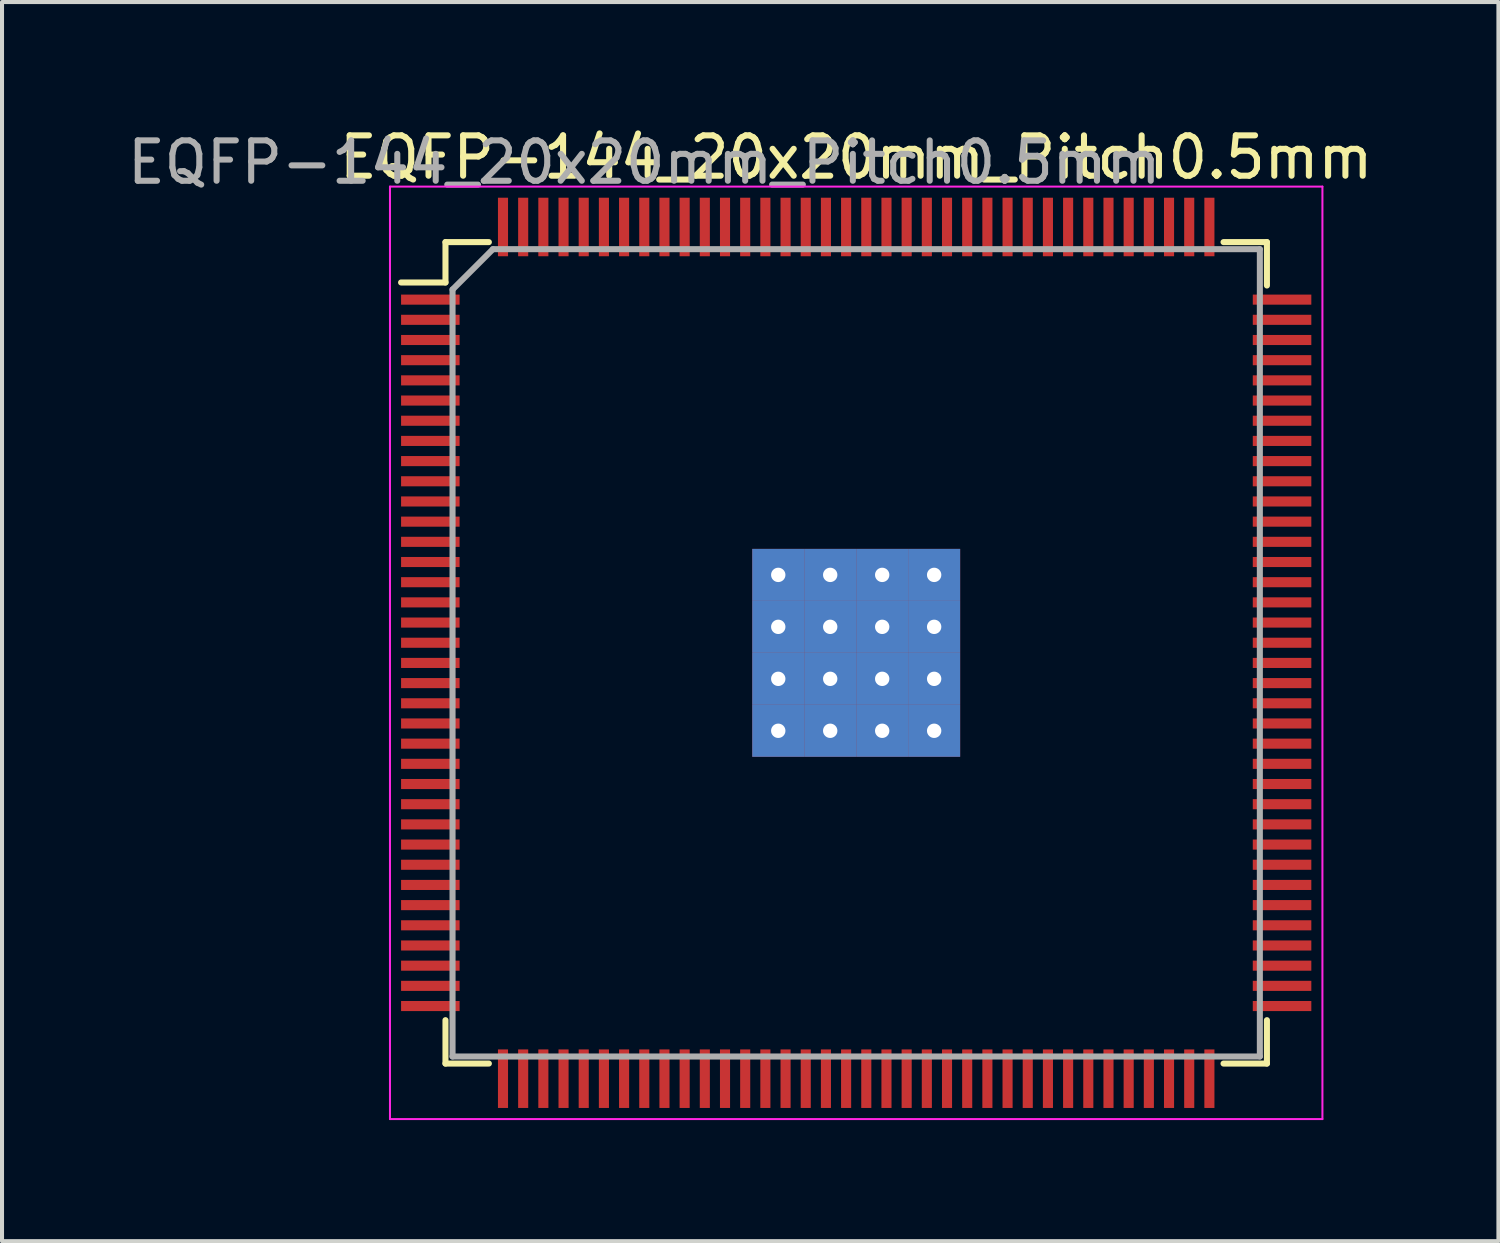
<source format=kicad_pcb>
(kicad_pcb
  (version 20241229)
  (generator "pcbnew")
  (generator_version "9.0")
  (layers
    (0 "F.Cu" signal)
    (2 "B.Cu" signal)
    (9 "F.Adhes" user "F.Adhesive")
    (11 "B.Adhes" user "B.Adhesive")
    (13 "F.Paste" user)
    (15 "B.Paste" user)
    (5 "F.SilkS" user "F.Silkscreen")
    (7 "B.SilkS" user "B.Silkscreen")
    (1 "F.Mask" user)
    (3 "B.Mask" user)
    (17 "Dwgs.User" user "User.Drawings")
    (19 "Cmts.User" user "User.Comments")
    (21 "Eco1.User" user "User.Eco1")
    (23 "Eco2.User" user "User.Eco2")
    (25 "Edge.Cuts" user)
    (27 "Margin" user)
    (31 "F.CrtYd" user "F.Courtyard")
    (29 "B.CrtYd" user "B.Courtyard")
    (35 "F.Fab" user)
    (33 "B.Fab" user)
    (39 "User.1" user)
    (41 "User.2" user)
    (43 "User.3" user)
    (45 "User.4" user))
  (footprint "EQFP-144_20x20mm_Pitch0.5mm"
    (layer "F.Cu")
    (at 18.161 13.123)
    (property "Reference" "EQFP-144_20x20mm_Pitch0.5mm" (at 0 -12.275 0) (layer "F.SilkS") (effects (font (size 1 1) (thickness 0.15))))
    (attr smd)
    (fp_line (start -10.175 -10.175) (end -10.175 -9.175) (stroke (width 0.15) (type solid)) (layer "F.SilkS"))
    (fp_line (start -10.175 -10.175) (end -9.1 -10.175) (stroke (width 0.15) (type solid)) (layer "F.SilkS"))
    (fp_line (start -10.175 -9.175) (end -11.275 -9.175) (stroke (width 0.15) (type solid)) (layer "F.SilkS"))
    (fp_line (start -10.175 10.175) (end -10.175 9.1) (stroke (width 0.15) (type solid)) (layer "F.SilkS"))
    (fp_line (start -10.175 10.175) (end -9.1 10.175) (stroke (width 0.15) (type solid)) (layer "F.SilkS"))
    (fp_line (start 10.175 -10.175) (end 9.1 -10.175) (stroke (width 0.15) (type solid)) (layer "F.SilkS"))
    (fp_line (start 10.175 -10.175) (end 10.175 -9.1) (stroke (width 0.15) (type solid)) (layer "F.SilkS"))
    (fp_line (start 10.175 10.175) (end 9.1 10.175) (stroke (width 0.15) (type solid)) (layer "F.SilkS"))
    (fp_line (start 10.175 10.175) (end 10.175 9.1) (stroke (width 0.15) (type solid)) (layer "F.SilkS"))
    (fp_line (start -11.55 -11.55) (end -11.55 11.55) (stroke (width 0.05) (type solid)) (layer "F.CrtYd"))
    (fp_line (start -11.55 -11.55) (end 11.55 -11.55) (stroke (width 0.05) (type solid)) (layer "F.CrtYd"))
    (fp_line (start -11.55 11.55) (end 11.55 11.55) (stroke (width 0.05) (type solid)) (layer "F.CrtYd"))
    (fp_line (start 11.55 -11.55) (end 11.55 11.55) (stroke (width 0.05) (type solid)) (layer "F.CrtYd"))
    (fp_line (start -10 -9) (end -9 -10) (stroke (width 0.15) (type solid)) (layer "F.Fab"))
    (fp_line (start -10 10) (end -10 -9) (stroke (width 0.15) (type solid)) (layer "F.Fab"))
    (fp_line (start -9 -10) (end 10 -10) (stroke (width 0.15) (type solid)) (layer "F.Fab"))
    (fp_line (start 10 -10) (end 10 10) (stroke (width 0.15) (type solid)) (layer "F.Fab"))
    (fp_line (start 10 10) (end -10 10) (stroke (width 0.15) (type solid)) (layer "F.Fab"))
    (fp_text user "${REFERENCE}" (at -5.25 -12.15 0) (layer "F.Fab") (effects (font (size 1 1) (thickness 0.15))))
    (pad "1" smd rect (at -10.55 -8.75) (size 1.45 0.25) (layers "F.Cu" "F.Mask" "F.Paste"))
    (pad "2" smd rect (at -10.55 -8.25) (size 1.45 0.25) (layers "F.Cu" "F.Mask" "F.Paste"))
    (pad "3" smd rect (at -10.55 -7.75) (size 1.45 0.25) (layers "F.Cu" "F.Mask" "F.Paste"))
    (pad "4" smd rect (at -10.55 -7.25) (size 1.45 0.25) (layers "F.Cu" "F.Mask" "F.Paste"))
    (pad "5" smd rect (at -10.55 -6.75) (size 1.45 0.25) (layers "F.Cu" "F.Mask" "F.Paste"))
    (pad "6" smd rect (at -10.55 -6.25) (size 1.45 0.25) (layers "F.Cu" "F.Mask" "F.Paste"))
    (pad "7" smd rect (at -10.55 -5.75) (size 1.45 0.25) (layers "F.Cu" "F.Mask" "F.Paste"))
    (pad "8" smd rect (at -10.55 -5.25) (size 1.45 0.25) (layers "F.Cu" "F.Mask" "F.Paste"))
    (pad "9" smd rect (at -10.55 -4.75) (size 1.45 0.25) (layers "F.Cu" "F.Mask" "F.Paste"))
    (pad "10" smd rect (at -10.55 -4.25) (size 1.45 0.25) (layers "F.Cu" "F.Mask" "F.Paste"))
    (pad "11" smd rect (at -10.55 -3.75) (size 1.45 0.25) (layers "F.Cu" "F.Mask" "F.Paste"))
    (pad "12" smd rect (at -10.55 -3.25) (size 1.45 0.25) (layers "F.Cu" "F.Mask" "F.Paste"))
    (pad "13" smd rect (at -10.55 -2.75) (size 1.45 0.25) (layers "F.Cu" "F.Mask" "F.Paste"))
    (pad "14" smd rect (at -10.55 -2.25) (size 1.45 0.25) (layers "F.Cu" "F.Mask" "F.Paste"))
    (pad "15" smd rect (at -10.55 -1.75) (size 1.45 0.25) (layers "F.Cu" "F.Mask" "F.Paste"))
    (pad "16" smd rect (at -10.55 -1.25) (size 1.45 0.25) (layers "F.Cu" "F.Mask" "F.Paste"))
    (pad "17" smd rect (at -10.55 -0.75) (size 1.45 0.25) (layers "F.Cu" "F.Mask" "F.Paste"))
    (pad "18" smd rect (at -10.55 -0.25) (size 1.45 0.25) (layers "F.Cu" "F.Mask" "F.Paste"))
    (pad "19" smd rect (at -10.55 0.25) (size 1.45 0.25) (layers "F.Cu" "F.Mask" "F.Paste"))
    (pad "20" smd rect (at -10.55 0.75) (size 1.45 0.25) (layers "F.Cu" "F.Mask" "F.Paste"))
    (pad "21" smd rect (at -10.55 1.25) (size 1.45 0.25) (layers "F.Cu" "F.Mask" "F.Paste"))
    (pad "22" smd rect (at -10.55 1.75) (size 1.45 0.25) (layers "F.Cu" "F.Mask" "F.Paste"))
    (pad "23" smd rect (at -10.55 2.25) (size 1.45 0.25) (layers "F.Cu" "F.Mask" "F.Paste"))
    (pad "24" smd rect (at -10.55 2.75) (size 1.45 0.25) (layers "F.Cu" "F.Mask" "F.Paste"))
    (pad "25" smd rect (at -10.55 3.25) (size 1.45 0.25) (layers "F.Cu" "F.Mask" "F.Paste"))
    (pad "26" smd rect (at -10.55 3.75) (size 1.45 0.25) (layers "F.Cu" "F.Mask" "F.Paste"))
    (pad "27" smd rect (at -10.55 4.25) (size 1.45 0.25) (layers "F.Cu" "F.Mask" "F.Paste"))
    (pad "28" smd rect (at -10.55 4.75) (size 1.45 0.25) (layers "F.Cu" "F.Mask" "F.Paste"))
    (pad "29" smd rect (at -10.55 5.25) (size 1.45 0.25) (layers "F.Cu" "F.Mask" "F.Paste"))
    (pad "30" smd rect (at -10.55 5.75) (size 1.45 0.25) (layers "F.Cu" "F.Mask" "F.Paste"))
    (pad "31" smd rect (at -10.55 6.25) (size 1.45 0.25) (layers "F.Cu" "F.Mask" "F.Paste"))
    (pad "32" smd rect (at -10.55 6.75) (size 1.45 0.25) (layers "F.Cu" "F.Mask" "F.Paste"))
    (pad "33" smd rect (at -10.55 7.25) (size 1.45 0.25) (layers "F.Cu" "F.Mask" "F.Paste"))
    (pad "34" smd rect (at -10.55 7.75) (size 1.45 0.25) (layers "F.Cu" "F.Mask" "F.Paste"))
    (pad "35" smd rect (at -10.55 8.25) (size 1.45 0.25) (layers "F.Cu" "F.Mask" "F.Paste"))
    (pad "36" smd rect (at -10.55 8.75) (size 1.45 0.25) (layers "F.Cu" "F.Mask" "F.Paste"))
    (pad "37" smd rect (at -8.75 10.55 90) (size 1.45 0.25) (layers "F.Cu" "F.Mask" "F.Paste"))
    (pad "38" smd rect (at -8.25 10.55 90) (size 1.45 0.25) (layers "F.Cu" "F.Mask" "F.Paste"))
    (pad "39" smd rect (at -7.75 10.55 90) (size 1.45 0.25) (layers "F.Cu" "F.Mask" "F.Paste"))
    (pad "40" smd rect (at -7.25 10.55 90) (size 1.45 0.25) (layers "F.Cu" "F.Mask" "F.Paste"))
    (pad "41" smd rect (at -6.75 10.55 90) (size 1.45 0.25) (layers "F.Cu" "F.Mask" "F.Paste"))
    (pad "42" smd rect (at -6.25 10.55 90) (size 1.45 0.25) (layers "F.Cu" "F.Mask" "F.Paste"))
    (pad "43" smd rect (at -5.75 10.55 90) (size 1.45 0.25) (layers "F.Cu" "F.Mask" "F.Paste"))
    (pad "44" smd rect (at -5.25 10.55 90) (size 1.45 0.25) (layers "F.Cu" "F.Mask" "F.Paste"))
    (pad "45" smd rect (at -4.75 10.55 90) (size 1.45 0.25) (layers "F.Cu" "F.Mask" "F.Paste"))
    (pad "46" smd rect (at -4.25 10.55 90) (size 1.45 0.25) (layers "F.Cu" "F.Mask" "F.Paste"))
    (pad "47" smd rect (at -3.75 10.55 90) (size 1.45 0.25) (layers "F.Cu" "F.Mask" "F.Paste"))
    (pad "48" smd rect (at -3.25 10.55 90) (size 1.45 0.25) (layers "F.Cu" "F.Mask" "F.Paste"))
    (pad "49" smd rect (at -2.75 10.55 90) (size 1.45 0.25) (layers "F.Cu" "F.Mask" "F.Paste"))
    (pad "50" smd rect (at -2.25 10.55 90) (size 1.45 0.25) (layers "F.Cu" "F.Mask" "F.Paste"))
    (pad "51" smd rect (at -1.75 10.55 90) (size 1.45 0.25) (layers "F.Cu" "F.Mask" "F.Paste"))
    (pad "52" smd rect (at -1.25 10.55 90) (size 1.45 0.25) (layers "F.Cu" "F.Mask" "F.Paste"))
    (pad "53" smd rect (at -0.75 10.55 90) (size 1.45 0.25) (layers "F.Cu" "F.Mask" "F.Paste"))
    (pad "54" smd rect (at -0.25 10.55 90) (size 1.45 0.25) (layers "F.Cu" "F.Mask" "F.Paste"))
    (pad "55" smd rect (at 0.25 10.55 90) (size 1.45 0.25) (layers "F.Cu" "F.Mask" "F.Paste"))
    (pad "56" smd rect (at 0.75 10.55 90) (size 1.45 0.25) (layers "F.Cu" "F.Mask" "F.Paste"))
    (pad "57" smd rect (at 1.25 10.55 90) (size 1.45 0.25) (layers "F.Cu" "F.Mask" "F.Paste"))
    (pad "58" smd rect (at 1.75 10.55 90) (size 1.45 0.25) (layers "F.Cu" "F.Mask" "F.Paste"))
    (pad "59" smd rect (at 2.25 10.55 90) (size 1.45 0.25) (layers "F.Cu" "F.Mask" "F.Paste"))
    (pad "60" smd rect (at 2.75 10.55 90) (size 1.45 0.25) (layers "F.Cu" "F.Mask" "F.Paste"))
    (pad "61" smd rect (at 3.25 10.55 90) (size 1.45 0.25) (layers "F.Cu" "F.Mask" "F.Paste"))
    (pad "62" smd rect (at 3.75 10.55 90) (size 1.45 0.25) (layers "F.Cu" "F.Mask" "F.Paste"))
    (pad "63" smd rect (at 4.25 10.55 90) (size 1.45 0.25) (layers "F.Cu" "F.Mask" "F.Paste"))
    (pad "64" smd rect (at 4.75 10.55 90) (size 1.45 0.25) (layers "F.Cu" "F.Mask" "F.Paste"))
    (pad "65" smd rect (at 5.25 10.55 90) (size 1.45 0.25) (layers "F.Cu" "F.Mask" "F.Paste"))
    (pad "66" smd rect (at 5.75 10.55 90) (size 1.45 0.25) (layers "F.Cu" "F.Mask" "F.Paste"))
    (pad "67" smd rect (at 6.25 10.55 90) (size 1.45 0.25) (layers "F.Cu" "F.Mask" "F.Paste"))
    (pad "68" smd rect (at 6.75 10.55 90) (size 1.45 0.25) (layers "F.Cu" "F.Mask" "F.Paste"))
    (pad "69" smd rect (at 7.25 10.55 90) (size 1.45 0.25) (layers "F.Cu" "F.Mask" "F.Paste"))
    (pad "70" smd rect (at 7.75 10.55 90) (size 1.45 0.25) (layers "F.Cu" "F.Mask" "F.Paste"))
    (pad "71" smd rect (at 8.25 10.55 90) (size 1.45 0.25) (layers "F.Cu" "F.Mask" "F.Paste"))
    (pad "72" smd rect (at 8.75 10.55 90) (size 1.45 0.25) (layers "F.Cu" "F.Mask" "F.Paste"))
    (pad "73" smd rect (at 10.55 8.75) (size 1.45 0.25) (layers "F.Cu" "F.Mask" "F.Paste"))
    (pad "74" smd rect (at 10.55 8.25) (size 1.45 0.25) (layers "F.Cu" "F.Mask" "F.Paste"))
    (pad "75" smd rect (at 10.55 7.75) (size 1.45 0.25) (layers "F.Cu" "F.Mask" "F.Paste"))
    (pad "76" smd rect (at 10.55 7.25) (size 1.45 0.25) (layers "F.Cu" "F.Mask" "F.Paste"))
    (pad "77" smd rect (at 10.55 6.75) (size 1.45 0.25) (layers "F.Cu" "F.Mask" "F.Paste"))
    (pad "78" smd rect (at 10.55 6.25) (size 1.45 0.25) (layers "F.Cu" "F.Mask" "F.Paste"))
    (pad "79" smd rect (at 10.55 5.75) (size 1.45 0.25) (layers "F.Cu" "F.Mask" "F.Paste"))
    (pad "80" smd rect (at 10.55 5.25) (size 1.45 0.25) (layers "F.Cu" "F.Mask" "F.Paste"))
    (pad "81" smd rect (at 10.55 4.75) (size 1.45 0.25) (layers "F.Cu" "F.Mask" "F.Paste"))
    (pad "82" smd rect (at 10.55 4.25) (size 1.45 0.25) (layers "F.Cu" "F.Mask" "F.Paste"))
    (pad "83" smd rect (at 10.55 3.75) (size 1.45 0.25) (layers "F.Cu" "F.Mask" "F.Paste"))
    (pad "84" smd rect (at 10.55 3.25) (size 1.45 0.25) (layers "F.Cu" "F.Mask" "F.Paste"))
    (pad "85" smd rect (at 10.55 2.75) (size 1.45 0.25) (layers "F.Cu" "F.Mask" "F.Paste"))
    (pad "86" smd rect (at 10.55 2.25) (size 1.45 0.25) (layers "F.Cu" "F.Mask" "F.Paste"))
    (pad "87" smd rect (at 10.55 1.75) (size 1.45 0.25) (layers "F.Cu" "F.Mask" "F.Paste"))
    (pad "88" smd rect (at 10.55 1.25) (size 1.45 0.25) (layers "F.Cu" "F.Mask" "F.Paste"))
    (pad "89" smd rect (at 10.55 0.75) (size 1.45 0.25) (layers "F.Cu" "F.Mask" "F.Paste"))
    (pad "90" smd rect (at 10.55 0.25) (size 1.45 0.25) (layers "F.Cu" "F.Mask" "F.Paste"))
    (pad "91" smd rect (at 10.55 -0.25) (size 1.45 0.25) (layers "F.Cu" "F.Mask" "F.Paste"))
    (pad "92" smd rect (at 10.55 -0.75) (size 1.45 0.25) (layers "F.Cu" "F.Mask" "F.Paste"))
    (pad "93" smd rect (at 10.55 -1.25) (size 1.45 0.25) (layers "F.Cu" "F.Mask" "F.Paste"))
    (pad "94" smd rect (at 10.55 -1.75) (size 1.45 0.25) (layers "F.Cu" "F.Mask" "F.Paste"))
    (pad "95" smd rect (at 10.55 -2.25) (size 1.45 0.25) (layers "F.Cu" "F.Mask" "F.Paste"))
    (pad "96" smd rect (at 10.55 -2.75) (size 1.45 0.25) (layers "F.Cu" "F.Mask" "F.Paste"))
    (pad "97" smd rect (at 10.55 -3.25) (size 1.45 0.25) (layers "F.Cu" "F.Mask" "F.Paste"))
    (pad "98" smd rect (at 10.55 -3.75) (size 1.45 0.25) (layers "F.Cu" "F.Mask" "F.Paste"))
    (pad "99" smd rect (at 10.55 -4.25) (size 1.45 0.25) (layers "F.Cu" "F.Mask" "F.Paste"))
    (pad "100" smd rect (at 10.55 -4.75) (size 1.45 0.25) (layers "F.Cu" "F.Mask" "F.Paste"))
    (pad "101" smd rect (at 10.55 -5.25) (size 1.45 0.25) (layers "F.Cu" "F.Mask" "F.Paste"))
    (pad "102" smd rect (at 10.55 -5.75) (size 1.45 0.25) (layers "F.Cu" "F.Mask" "F.Paste"))
    (pad "103" smd rect (at 10.55 -6.25) (size 1.45 0.25) (layers "F.Cu" "F.Mask" "F.Paste"))
    (pad "104" smd rect (at 10.55 -6.75) (size 1.45 0.25) (layers "F.Cu" "F.Mask" "F.Paste"))
    (pad "105" smd rect (at 10.55 -7.25) (size 1.45 0.25) (layers "F.Cu" "F.Mask" "F.Paste"))
    (pad "106" smd rect (at 10.55 -7.75) (size 1.45 0.25) (layers "F.Cu" "F.Mask" "F.Paste"))
    (pad "107" smd rect (at 10.55 -8.25) (size 1.45 0.25) (layers "F.Cu" "F.Mask" "F.Paste"))
    (pad "108" smd rect (at 10.55 -8.75) (size 1.45 0.25) (layers "F.Cu" "F.Mask" "F.Paste"))
    (pad "109" smd rect (at 8.75 -10.55 90) (size 1.45 0.25) (layers "F.Cu" "F.Mask" "F.Paste"))
    (pad "110" smd rect (at 8.25 -10.55 90) (size 1.45 0.25) (layers "F.Cu" "F.Mask" "F.Paste"))
    (pad "111" smd rect (at 7.75 -10.55 90) (size 1.45 0.25) (layers "F.Cu" "F.Mask" "F.Paste"))
    (pad "112" smd rect (at 7.25 -10.55 90) (size 1.45 0.25) (layers "F.Cu" "F.Mask" "F.Paste"))
    (pad "113" smd rect (at 6.75 -10.55 90) (size 1.45 0.25) (layers "F.Cu" "F.Mask" "F.Paste"))
    (pad "114" smd rect (at 6.25 -10.55 90) (size 1.45 0.25) (layers "F.Cu" "F.Mask" "F.Paste"))
    (pad "115" smd rect (at 5.75 -10.55 90) (size 1.45 0.25) (layers "F.Cu" "F.Mask" "F.Paste"))
    (pad "116" smd rect (at 5.25 -10.55 90) (size 1.45 0.25) (layers "F.Cu" "F.Mask" "F.Paste"))
    (pad "117" smd rect (at 4.75 -10.55 90) (size 1.45 0.25) (layers "F.Cu" "F.Mask" "F.Paste"))
    (pad "118" smd rect (at 4.25 -10.55 90) (size 1.45 0.25) (layers "F.Cu" "F.Mask" "F.Paste"))
    (pad "119" smd rect (at 3.75 -10.55 90) (size 1.45 0.25) (layers "F.Cu" "F.Mask" "F.Paste"))
    (pad "120" smd rect (at 3.25 -10.55 90) (size 1.45 0.25) (layers "F.Cu" "F.Mask" "F.Paste"))
    (pad "121" smd rect (at 2.75 -10.55 90) (size 1.45 0.25) (layers "F.Cu" "F.Mask" "F.Paste"))
    (pad "122" smd rect (at 2.25 -10.55 90) (size 1.45 0.25) (layers "F.Cu" "F.Mask" "F.Paste"))
    (pad "123" smd rect (at 1.75 -10.55 90) (size 1.45 0.25) (layers "F.Cu" "F.Mask" "F.Paste"))
    (pad "124" smd rect (at 1.25 -10.55 90) (size 1.45 0.25) (layers "F.Cu" "F.Mask" "F.Paste"))
    (pad "125" smd rect (at 0.75 -10.55 90) (size 1.45 0.25) (layers "F.Cu" "F.Mask" "F.Paste"))
    (pad "126" smd rect (at 0.25 -10.55 90) (size 1.45 0.25) (layers "F.Cu" "F.Mask" "F.Paste"))
    (pad "127" smd rect (at -0.25 -10.55 90) (size 1.45 0.25) (layers "F.Cu" "F.Mask" "F.Paste"))
    (pad "128" smd rect (at -0.75 -10.55 90) (size 1.45 0.25) (layers "F.Cu" "F.Mask" "F.Paste"))
    (pad "129" smd rect (at -1.25 -10.55 90) (size 1.45 0.25) (layers "F.Cu" "F.Mask" "F.Paste"))
    (pad "130" smd rect (at -1.75 -10.55 90) (size 1.45 0.25) (layers "F.Cu" "F.Mask" "F.Paste"))
    (pad "131" smd rect (at -2.25 -10.55 90) (size 1.45 0.25) (layers "F.Cu" "F.Mask" "F.Paste"))
    (pad "132" smd rect (at -2.75 -10.55 90) (size 1.45 0.25) (layers "F.Cu" "F.Mask" "F.Paste"))
    (pad "133" smd rect (at -3.25 -10.55 90) (size 1.45 0.25) (layers "F.Cu" "F.Mask" "F.Paste"))
    (pad "134" smd rect (at -3.75 -10.55 90) (size 1.45 0.25) (layers "F.Cu" "F.Mask" "F.Paste"))
    (pad "135" smd rect (at -4.25 -10.55 90) (size 1.45 0.25) (layers "F.Cu" "F.Mask" "F.Paste"))
    (pad "136" smd rect (at -4.75 -10.55 90) (size 1.45 0.25) (layers "F.Cu" "F.Mask" "F.Paste"))
    (pad "137" smd rect (at -5.25 -10.55 90) (size 1.45 0.25) (layers "F.Cu" "F.Mask" "F.Paste"))
    (pad "138" smd rect (at -5.75 -10.55 90) (size 1.45 0.25) (layers "F.Cu" "F.Mask" "F.Paste"))
    (pad "139" smd rect (at -6.25 -10.55 90) (size 1.45 0.25) (layers "F.Cu" "F.Mask" "F.Paste"))
    (pad "140" smd rect (at -6.75 -10.55 90) (size 1.45 0.25) (layers "F.Cu" "F.Mask" "F.Paste"))
    (pad "141" smd rect (at -7.25 -10.55 90) (size 1.45 0.25) (layers "F.Cu" "F.Mask" "F.Paste"))
    (pad "142" smd rect (at -7.75 -10.55 90) (size 1.45 0.25) (layers "F.Cu" "F.Mask" "F.Paste"))
    (pad "143" smd rect (at -8.25 -10.55 90) (size 1.45 0.25) (layers "F.Cu" "F.Mask" "F.Paste"))
    (pad "144" smd rect (at -8.75 -10.55 90) (size 1.45 0.25) (layers "F.Cu" "F.Mask" "F.Paste"))
    (pad "145" thru_hole rect (at -1.931 -1.931) (size 1.288 1.288) (drill 0.356) (layers "*.Cu" "*.Mask" "F.Paste"))
    (pad "145" thru_hole rect (at -1.931 -0.644) (size 1.288 1.288) (drill 0.356) (layers "*.Cu" "*.Mask" "F.Paste"))
    (pad "145" thru_hole rect (at -1.931 0.644) (size 1.288 1.288) (drill 0.356) (layers "*.Cu" "*.Mask" "F.Paste"))
    (pad "145" thru_hole rect (at -1.931 1.931) (size 1.288 1.288) (drill 0.356) (layers "*.Cu" "*.Mask" "F.Paste"))
    (pad "145" thru_hole rect (at -0.644 -1.931) (size 1.288 1.288) (drill 0.356) (layers "*.Cu" "*.Mask" "F.Paste"))
    (pad "145" thru_hole rect (at -0.644 -0.644) (size 1.288 1.288) (drill 0.356) (layers "*.Cu" "*.Mask" "F.Paste"))
    (pad "145" thru_hole rect (at -0.644 0.644) (size 1.288 1.288) (drill 0.356) (layers "*.Cu" "*.Mask" "F.Paste"))
    (pad "145" thru_hole rect (at -0.644 1.931) (size 1.288 1.288) (drill 0.356) (layers "*.Cu" "*.Mask" "F.Paste"))
    (pad "145" thru_hole rect (at 0.644 -1.931) (size 1.288 1.288) (drill 0.356) (layers "*.Cu" "*.Mask" "F.Paste"))
    (pad "145" thru_hole rect (at 0.644 -0.644) (size 1.288 1.288) (drill 0.356) (layers "*.Cu" "*.Mask" "F.Paste"))
    (pad "145" thru_hole rect (at 0.644 0.644) (size 1.288 1.288) (drill 0.356) (layers "*.Cu" "*.Mask" "F.Paste"))
    (pad "145" thru_hole rect (at 0.644 1.931) (size 1.288 1.288) (drill 0.356) (layers "*.Cu" "*.Mask" "F.Paste"))
    (pad "145" thru_hole rect (at 1.931 -1.931) (size 1.288 1.288) (drill 0.356) (layers "*.Cu" "*.Mask" "F.Paste"))
    (pad "145" thru_hole rect (at 1.931 -0.644) (size 1.288 1.288) (drill 0.356) (layers "*.Cu" "*.Mask" "F.Paste"))
    (pad "145" thru_hole rect (at 1.931 0.644) (size 1.288 1.288) (drill 0.356) (layers "*.Cu" "*.Mask" "F.Paste"))
    (pad "145" thru_hole rect (at 1.931 1.931) (size 1.288 1.288) (drill 0.356) (layers "*.Cu" "*.Mask" "F.Paste")))
  (gr_rect
    (start -3 -3)
    (end 34.071 27.698)
    (stroke (width 0.1) (type default))
    (fill no)
    (layer "Edge.Cuts")))
</source>
